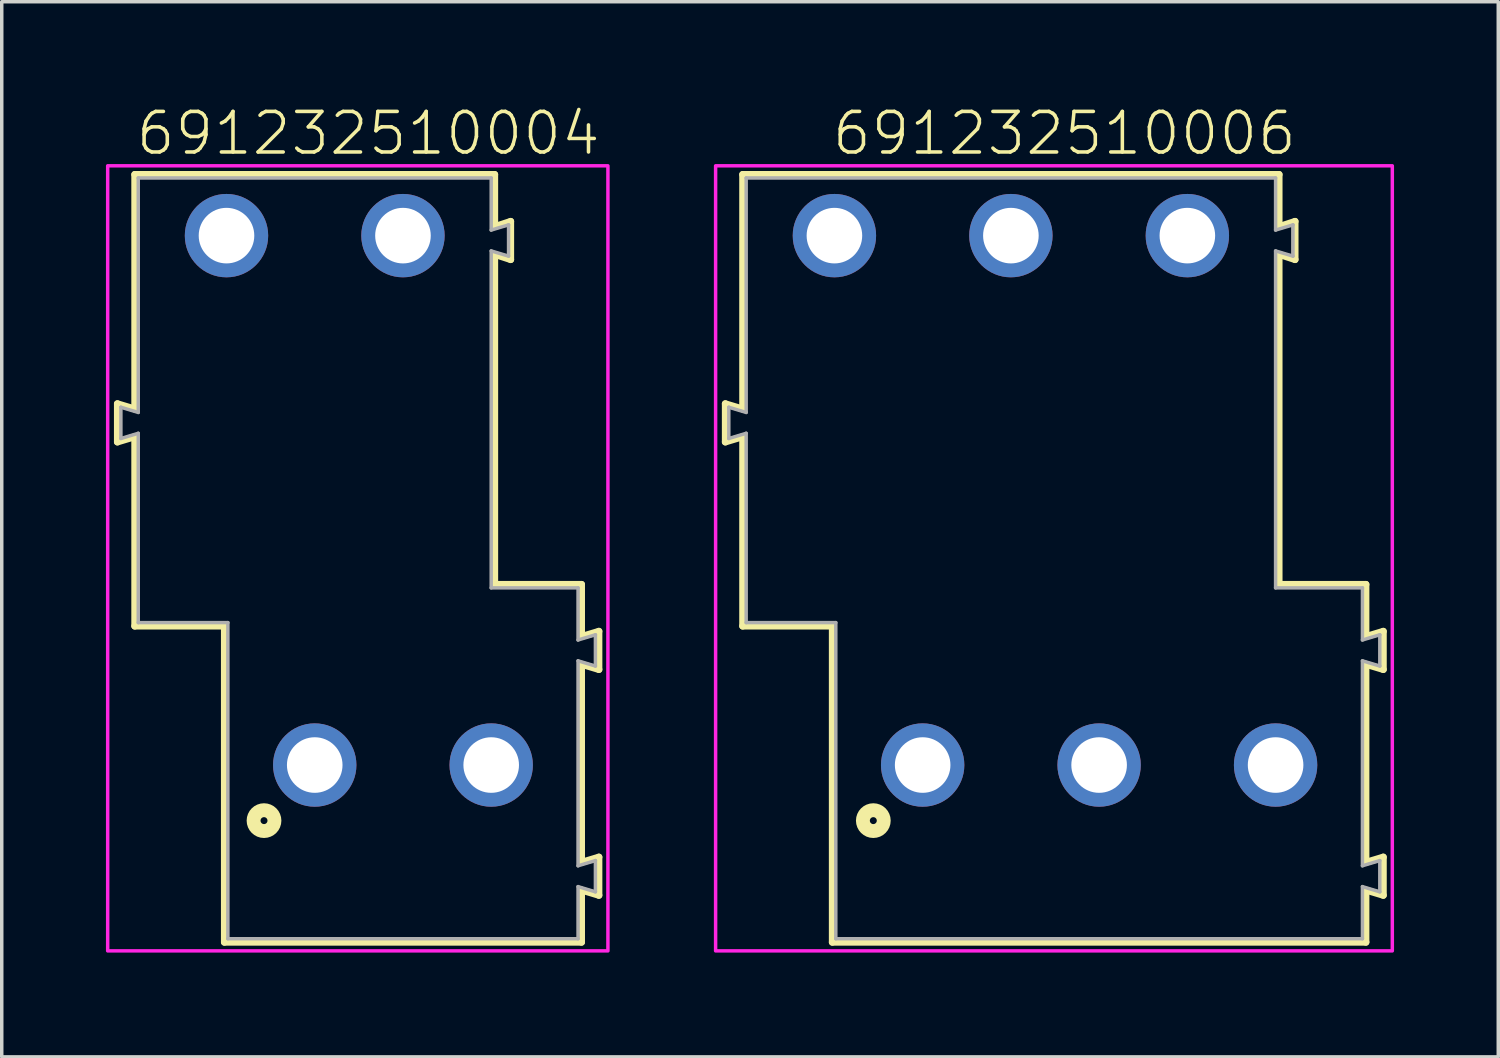
<source format=kicad_pcb>
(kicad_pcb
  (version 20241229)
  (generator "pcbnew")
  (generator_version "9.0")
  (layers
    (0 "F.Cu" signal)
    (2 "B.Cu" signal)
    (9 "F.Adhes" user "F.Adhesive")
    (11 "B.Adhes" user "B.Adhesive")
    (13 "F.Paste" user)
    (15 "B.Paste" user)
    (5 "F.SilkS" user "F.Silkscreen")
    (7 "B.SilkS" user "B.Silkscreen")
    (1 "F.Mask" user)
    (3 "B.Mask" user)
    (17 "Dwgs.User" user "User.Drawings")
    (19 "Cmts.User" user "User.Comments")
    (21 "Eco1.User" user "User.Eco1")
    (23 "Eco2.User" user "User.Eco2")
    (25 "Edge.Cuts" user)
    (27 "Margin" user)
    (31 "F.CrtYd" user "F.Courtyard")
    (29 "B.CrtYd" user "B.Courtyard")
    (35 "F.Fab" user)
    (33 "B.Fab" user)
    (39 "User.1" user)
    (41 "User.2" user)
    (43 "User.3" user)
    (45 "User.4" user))
  (footprint "691232510006"
    (layer "F.Cu")
    (at 28.59 18.973)
    (property "Reference" "691232510006" (at -1 -17.5 0) (unlocked yes) (layer "F.SilkS") (effects (font (size 1.168 1.168) (thickness 0.102)) (justify bottom)))
    (fp_line (start -10.76 -10.4) (end -10.26 -10.25) (stroke (width 0.2) (type solid)) (layer "F.SilkS"))
    (fp_line (start -10.76 -9.3) (end -10.76 -10.4) (stroke (width 0.2) (type solid)) (layer "F.SilkS"))
    (fp_line (start -10.26 -17) (end 5.18 -17) (stroke (width 0.2) (type solid)) (layer "F.SilkS"))
    (fp_line (start -10.26 -10.25) (end -10.26 -17) (stroke (width 0.2) (type solid)) (layer "F.SilkS"))
    (fp_line (start -10.26 -9.45) (end -10.76 -9.3) (stroke (width 0.2) (type solid)) (layer "F.SilkS"))
    (fp_line (start -10.26 -4) (end -10.26 -9.45) (stroke (width 0.2) (type solid)) (layer "F.SilkS"))
    (fp_line (start -7.68 -4) (end -10.26 -4) (stroke (width 0.2) (type solid)) (layer "F.SilkS"))
    (fp_line (start -7.68 5.1) (end -7.68 -4) (stroke (width 0.2) (type solid)) (layer "F.SilkS"))
    (fp_line (start 5.18 -17) (end 5.18 -15.5) (stroke (width 0.2) (type solid)) (layer "F.SilkS"))
    (fp_line (start 5.18 -15.5) (end 5.64 -15.65) (stroke (width 0.2) (type solid)) (layer "F.SilkS"))
    (fp_line (start 5.18 -14.7) (end 5.18 -5.2) (stroke (width 0.2) (type solid)) (layer "F.SilkS"))
    (fp_line (start 5.18 -5.2) (end 7.68 -5.2) (stroke (width 0.2) (type solid)) (layer "F.SilkS"))
    (fp_line (start 5.64 -15.65) (end 5.64 -14.55) (stroke (width 0.2) (type solid)) (layer "F.SilkS"))
    (fp_line (start 5.64 -14.55) (end 5.18 -14.7) (stroke (width 0.2) (type solid)) (layer "F.SilkS"))
    (fp_line (start 7.68 -5.2) (end 7.68 -3.7) (stroke (width 0.2) (type solid)) (layer "F.SilkS"))
    (fp_line (start 7.68 -3.7) (end 8.18 -3.85) (stroke (width 0.2) (type solid)) (layer "F.SilkS"))
    (fp_line (start 7.68 -2.9) (end 7.68 2.8) (stroke (width 0.2) (type solid)) (layer "F.SilkS"))
    (fp_line (start 7.68 2.8) (end 8.18 2.65) (stroke (width 0.2) (type solid)) (layer "F.SilkS"))
    (fp_line (start 7.68 3.6) (end 7.68 5.1) (stroke (width 0.2) (type solid)) (layer "F.SilkS"))
    (fp_line (start 7.68 5.1) (end -7.68 5.1) (stroke (width 0.2) (type solid)) (layer "F.SilkS"))
    (fp_line (start 8.18 -3.85) (end 8.18 -2.75) (stroke (width 0.2) (type solid)) (layer "F.SilkS"))
    (fp_line (start 8.18 -2.75) (end 7.68 -2.9) (stroke (width 0.2) (type solid)) (layer "F.SilkS"))
    (fp_line (start 8.18 2.65) (end 8.18 3.75) (stroke (width 0.2) (type solid)) (layer "F.SilkS"))
    (fp_line (start 8.18 3.75) (end 7.68 3.6) (stroke (width 0.2) (type solid)) (layer "F.SilkS"))
    (fp_circle (center -6.5 1.6) (end -6.4 1.6) (stroke (width 0.4) (type solid)) (fill no) (layer "F.SilkS"))
    (fp_poly (pts (xy 8.44 5.35) (xy -11.04 5.35) (xy -11.04 -17.25) (xy 8.44 -17.25)) (stroke (width 0.1) (type default)) (fill no) (layer "F.CrtYd"))
    (fp_line (start -10.66 -10.3) (end -10.66 -9.4) (stroke (width 0.1) (type solid)) (layer "F.Fab"))
    (fp_line (start -10.66 -9.4) (end -10.16 -9.55) (stroke (width 0.1) (type solid)) (layer "F.Fab"))
    (fp_line (start -10.16 -16.9) (end -10.16 -10.15) (stroke (width 0.1) (type solid)) (layer "F.Fab"))
    (fp_line (start -10.16 -10.15) (end -10.66 -10.3) (stroke (width 0.1) (type solid)) (layer "F.Fab"))
    (fp_line (start -10.16 -9.55) (end -10.16 -4.1) (stroke (width 0.1) (type solid)) (layer "F.Fab"))
    (fp_line (start -10.16 -4.1) (end -7.58 -4.1) (stroke (width 0.1) (type solid)) (layer "F.Fab"))
    (fp_line (start -7.58 -4.1) (end -7.58 5) (stroke (width 0.1) (type solid)) (layer "F.Fab"))
    (fp_line (start -7.58 5) (end 7.58 5) (stroke (width 0.1) (type solid)) (layer "F.Fab"))
    (fp_line (start 5.08 -16.9) (end -10.16 -16.9) (stroke (width 0.1) (type solid)) (layer "F.Fab"))
    (fp_line (start 5.08 -16.9) (end 5.08 -15.4) (stroke (width 0.1) (type solid)) (layer "F.Fab"))
    (fp_line (start 5.08 -15.4) (end 5.58 -15.55) (stroke (width 0.1) (type solid)) (layer "F.Fab"))
    (fp_line (start 5.08 -14.8) (end 5.08 -5.1) (stroke (width 0.1) (type solid)) (layer "F.Fab"))
    (fp_line (start 5.08 -14.8) (end 5.58 -14.65) (stroke (width 0.1) (type solid)) (layer "F.Fab"))
    (fp_line (start 5.58 -14.65) (end 5.58 -15.55) (stroke (width 0.1) (type solid)) (layer "F.Fab"))
    (fp_line (start 7.58 -5.1) (end 5.08 -5.1) (stroke (width 0.1) (type solid)) (layer "F.Fab"))
    (fp_line (start 7.58 -5.1) (end 7.58 -3.6) (stroke (width 0.1) (type solid)) (layer "F.Fab"))
    (fp_line (start 7.58 -3.6) (end 8.08 -3.75) (stroke (width 0.1) (type solid)) (layer "F.Fab"))
    (fp_line (start 7.58 -3) (end 7.58 2.9) (stroke (width 0.1) (type solid)) (layer "F.Fab"))
    (fp_line (start 7.58 -3) (end 8.08 -2.85) (stroke (width 0.1) (type solid)) (layer "F.Fab"))
    (fp_line (start 7.58 2.9) (end 8.08 2.75) (stroke (width 0.1) (type solid)) (layer "F.Fab"))
    (fp_line (start 7.58 3.5) (end 7.58 5) (stroke (width 0.1) (type solid)) (layer "F.Fab"))
    (fp_line (start 7.58 3.5) (end 8.08 3.65) (stroke (width 0.1) (type solid)) (layer "F.Fab"))
    (fp_line (start 8.08 -2.85) (end 8.08 -3.75) (stroke (width 0.1) (type solid)) (layer "F.Fab"))
    (fp_line (start 8.08 3.65) (end 8.08 2.75) (stroke (width 0.1) (type solid)) (layer "F.Fab"))
    (pad "1" thru_hole circle (at -5.08 0) (size 2.4 2.4) (drill 1.6) (layers "*.Cu" "*.Mask"))
    (pad "2" thru_hole circle (at 0 0) (size 2.4 2.4) (drill 1.6) (layers "*.Cu" "*.Mask"))
    (pad "3" thru_hole circle (at 5.08 0) (size 2.4 2.4) (drill 1.6) (layers "*.Cu" "*.Mask"))
    (pad "4" thru_hole circle (at -7.62 -15.24) (size 2.4 2.4) (drill 1.6) (layers "*.Cu" "*.Mask"))
    (pad "5" thru_hole circle (at -2.54 -15.24) (size 2.4 2.4) (drill 1.6) (layers "*.Cu" "*.Mask"))
    (pad "6" thru_hole circle (at 2.54 -15.24) (size 2.4 2.4) (drill 1.6) (layers "*.Cu" "*.Mask")))
  (footprint "691232510004"
    (layer "F.Cu")
    (at 8.55 18.973)
    (property "Reference" "691232510004" (at -1 -17.5 0) (unlocked yes) (layer "F.SilkS") (effects (font (size 1.168 1.168) (thickness 0.102)) (justify bottom)))
    (fp_line (start -8.22 -10.4) (end -7.72 -10.25) (stroke (width 0.2) (type solid)) (layer "F.SilkS"))
    (fp_line (start -8.22 -9.3) (end -8.22 -10.4) (stroke (width 0.2) (type solid)) (layer "F.SilkS"))
    (fp_line (start -7.72 -17) (end 2.64 -17) (stroke (width 0.2) (type solid)) (layer "F.SilkS"))
    (fp_line (start -7.72 -10.25) (end -7.72 -17) (stroke (width 0.2) (type solid)) (layer "F.SilkS"))
    (fp_line (start -7.72 -9.45) (end -8.22 -9.3) (stroke (width 0.2) (type solid)) (layer "F.SilkS"))
    (fp_line (start -7.72 -4) (end -7.72 -9.45) (stroke (width 0.2) (type solid)) (layer "F.SilkS"))
    (fp_line (start -5.14 -4) (end -7.72 -4) (stroke (width 0.2) (type solid)) (layer "F.SilkS"))
    (fp_line (start -5.14 5.1) (end -5.14 -4) (stroke (width 0.2) (type solid)) (layer "F.SilkS"))
    (fp_line (start 2.64 -17) (end 2.64 -15.5) (stroke (width 0.2) (type solid)) (layer "F.SilkS"))
    (fp_line (start 2.64 -15.5) (end 3.1 -15.65) (stroke (width 0.2) (type solid)) (layer "F.SilkS"))
    (fp_line (start 2.64 -14.7) (end 2.64 -5.2) (stroke (width 0.2) (type solid)) (layer "F.SilkS"))
    (fp_line (start 2.64 -5.2) (end 5.14 -5.2) (stroke (width 0.2) (type solid)) (layer "F.SilkS"))
    (fp_line (start 3.1 -15.65) (end 3.1 -14.55) (stroke (width 0.2) (type solid)) (layer "F.SilkS"))
    (fp_line (start 3.1 -14.55) (end 2.64 -14.7) (stroke (width 0.2) (type solid)) (layer "F.SilkS"))
    (fp_line (start 5.14 -5.2) (end 5.14 -3.7) (stroke (width 0.2) (type solid)) (layer "F.SilkS"))
    (fp_line (start 5.14 -3.7) (end 5.64 -3.85) (stroke (width 0.2) (type solid)) (layer "F.SilkS"))
    (fp_line (start 5.14 -2.9) (end 5.14 2.8) (stroke (width 0.2) (type solid)) (layer "F.SilkS"))
    (fp_line (start 5.14 2.8) (end 5.64 2.65) (stroke (width 0.2) (type solid)) (layer "F.SilkS"))
    (fp_line (start 5.14 3.6) (end 5.14 5.1) (stroke (width 0.2) (type solid)) (layer "F.SilkS"))
    (fp_line (start 5.14 5.1) (end -5.14 5.1) (stroke (width 0.2) (type solid)) (layer "F.SilkS"))
    (fp_line (start 5.64 -3.85) (end 5.64 -2.75) (stroke (width 0.2) (type solid)) (layer "F.SilkS"))
    (fp_line (start 5.64 -2.75) (end 5.14 -2.9) (stroke (width 0.2) (type solid)) (layer "F.SilkS"))
    (fp_line (start 5.64 2.65) (end 5.64 3.75) (stroke (width 0.2) (type solid)) (layer "F.SilkS"))
    (fp_line (start 5.64 3.75) (end 5.14 3.6) (stroke (width 0.2) (type solid)) (layer "F.SilkS"))
    (fp_circle (center -4 1.6) (end -3.9 1.6) (stroke (width 0.4) (type solid)) (fill no) (layer "F.SilkS"))
    (fp_poly (pts (xy 5.9 5.35) (xy -8.5 5.35) (xy -8.5 -17.25) (xy 5.9 -17.25)) (stroke (width 0.1) (type default)) (fill no) (layer "F.CrtYd"))
    (fp_line (start -8.12 -10.3) (end -8.12 -9.4) (stroke (width 0.1) (type solid)) (layer "F.Fab"))
    (fp_line (start -8.12 -9.4) (end -7.62 -9.55) (stroke (width 0.1) (type solid)) (layer "F.Fab"))
    (fp_line (start -7.62 -16.9) (end -7.62 -10.15) (stroke (width 0.1) (type solid)) (layer "F.Fab"))
    (fp_line (start -7.62 -10.15) (end -8.12 -10.3) (stroke (width 0.1) (type solid)) (layer "F.Fab"))
    (fp_line (start -7.62 -9.55) (end -7.62 -4.1) (stroke (width 0.1) (type solid)) (layer "F.Fab"))
    (fp_line (start -7.62 -4.1) (end -5.04 -4.1) (stroke (width 0.1) (type solid)) (layer "F.Fab"))
    (fp_line (start -5.04 -4.1) (end -5.04 5) (stroke (width 0.1) (type solid)) (layer "F.Fab"))
    (fp_line (start -5.04 5) (end 5.04 5) (stroke (width 0.1) (type solid)) (layer "F.Fab"))
    (fp_line (start 2.54 -16.9) (end -7.62 -16.9) (stroke (width 0.1) (type solid)) (layer "F.Fab"))
    (fp_line (start 2.54 -16.9) (end 2.54 -15.4) (stroke (width 0.1) (type solid)) (layer "F.Fab"))
    (fp_line (start 2.54 -15.4) (end 3.04 -15.55) (stroke (width 0.1) (type solid)) (layer "F.Fab"))
    (fp_line (start 2.54 -14.8) (end 2.54 -5.1) (stroke (width 0.1) (type solid)) (layer "F.Fab"))
    (fp_line (start 2.54 -14.8) (end 3.04 -14.65) (stroke (width 0.1) (type solid)) (layer "F.Fab"))
    (fp_line (start 3.04 -14.65) (end 3.04 -15.55) (stroke (width 0.1) (type solid)) (layer "F.Fab"))
    (fp_line (start 5.04 -5.1) (end 2.54 -5.1) (stroke (width 0.1) (type solid)) (layer "F.Fab"))
    (fp_line (start 5.04 -5.1) (end 5.04 -3.6) (stroke (width 0.1) (type solid)) (layer "F.Fab"))
    (fp_line (start 5.04 -3.6) (end 5.54 -3.75) (stroke (width 0.1) (type solid)) (layer "F.Fab"))
    (fp_line (start 5.04 -3) (end 5.04 2.9) (stroke (width 0.1) (type solid)) (layer "F.Fab"))
    (fp_line (start 5.04 -3) (end 5.54 -2.85) (stroke (width 0.1) (type solid)) (layer "F.Fab"))
    (fp_line (start 5.04 2.9) (end 5.54 2.75) (stroke (width 0.1) (type solid)) (layer "F.Fab"))
    (fp_line (start 5.04 3.5) (end 5.04 5) (stroke (width 0.1) (type solid)) (layer "F.Fab"))
    (fp_line (start 5.04 3.5) (end 5.54 3.65) (stroke (width 0.1) (type solid)) (layer "F.Fab"))
    (fp_line (start 5.54 -2.85) (end 5.54 -3.75) (stroke (width 0.1) (type solid)) (layer "F.Fab"))
    (fp_line (start 5.54 3.65) (end 5.54 2.75) (stroke (width 0.1) (type solid)) (layer "F.Fab"))
    (pad "1" thru_hole circle (at -2.54 0) (size 2.4 2.4) (drill 1.6) (layers "*.Cu" "*.Mask"))
    (pad "2" thru_hole circle (at 2.54 0) (size 2.4 2.4) (drill 1.6) (layers "*.Cu" "*.Mask"))
    (pad "3" thru_hole circle (at -5.08 -15.24) (size 2.4 2.4) (drill 1.6) (layers "*.Cu" "*.Mask"))
    (pad "4" thru_hole circle (at 0 -15.24) (size 2.4 2.4) (drill 1.6) (layers "*.Cu" "*.Mask")))
  (gr_rect
    (start -3 -3)
    (end 40.08 27.373)
    (stroke (width 0.1) (type default))
    (fill no)
    (layer "Edge.Cuts")))
</source>
